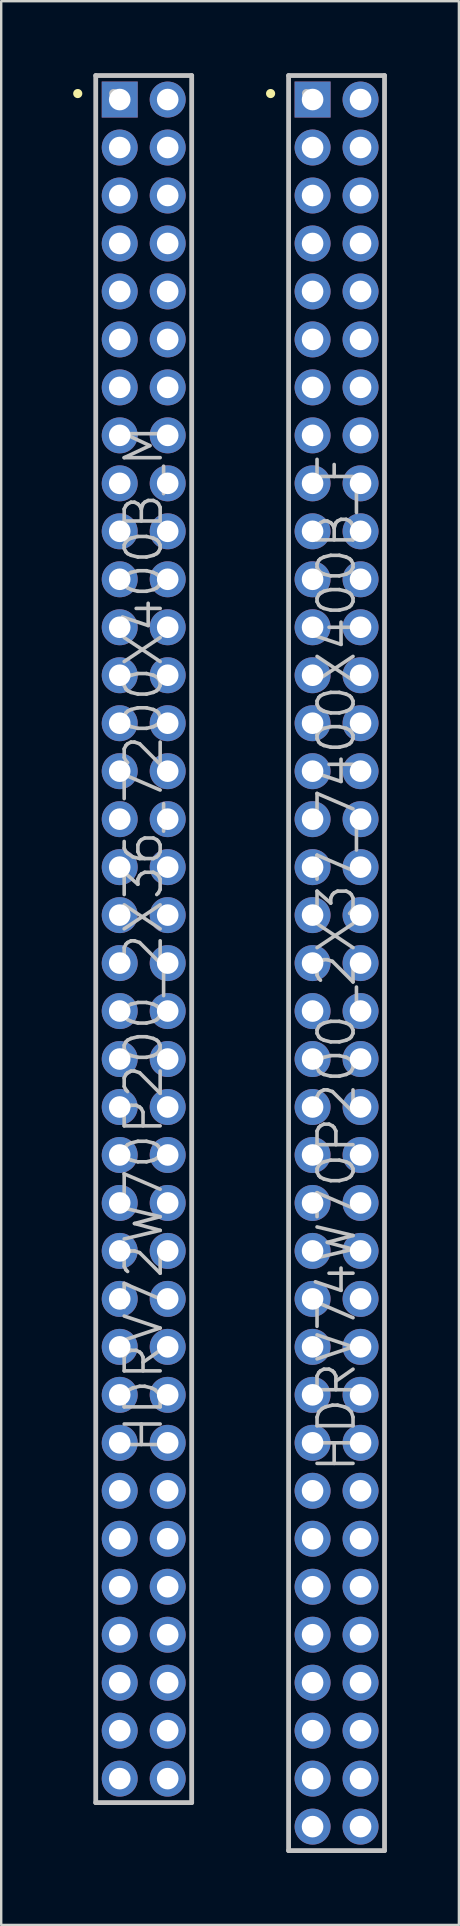
<source format=kicad_pcb>
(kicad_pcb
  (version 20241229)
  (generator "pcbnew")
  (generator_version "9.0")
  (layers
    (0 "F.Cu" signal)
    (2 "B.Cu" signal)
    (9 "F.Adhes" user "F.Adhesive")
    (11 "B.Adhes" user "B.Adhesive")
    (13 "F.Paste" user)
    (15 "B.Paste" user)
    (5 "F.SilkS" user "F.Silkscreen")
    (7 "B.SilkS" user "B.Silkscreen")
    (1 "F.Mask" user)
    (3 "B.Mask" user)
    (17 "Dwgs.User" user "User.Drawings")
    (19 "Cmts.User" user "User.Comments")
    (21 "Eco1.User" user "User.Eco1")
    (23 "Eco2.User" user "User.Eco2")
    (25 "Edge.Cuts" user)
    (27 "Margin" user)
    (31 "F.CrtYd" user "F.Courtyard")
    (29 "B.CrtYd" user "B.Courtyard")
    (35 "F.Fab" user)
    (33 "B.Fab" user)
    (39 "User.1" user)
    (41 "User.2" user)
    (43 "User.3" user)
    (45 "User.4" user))
  (footprint "HDRV72W70P200_2X36_7200X400B_M"
    (layer "F.Cu")
    (at 2.941 36.1)
    (property "Reference" "HDRV72W70P200_2X36_7200X400B_M" (at 0 0 90) (layer "Dwgs.User") (effects (font (size 1.5 1.5) (thickness 0.15))))
    (attr through_hole)
    (fp_line (start -2.75 -35.25) (end -2.75 -35.25) (stroke (width 0.381) (type solid)) (layer "F.SilkS"))
    (fp_line (start -2 -36) (end -2 36) (stroke (width 0.2) (type solid)) (layer "Dwgs.User"))
    (fp_line (start -2 -36) (end 2 -36) (stroke (width 0.2) (type solid)) (layer "Dwgs.User"))
    (fp_line (start -2 36) (end 2 36) (stroke (width 0.2) (type solid)) (layer "Dwgs.User"))
    (fp_line (start -1.25 -35.25) (end -1.25 -35.25) (stroke (width 0.381) (type solid)) (layer "Dwgs.User"))
    (fp_line (start 2 -36) (end 2 36) (stroke (width 0.2) (type solid)) (layer "Dwgs.User"))
    (pad "1" thru_hole rect (at -1 -35) (size 1.5 1.5) (drill 0.9) (layers "*.Cu" "*.Mask"))
    (pad "2" thru_hole circle (at 1 -35 270) (size 1.5 1.5) (drill 0.9) (layers "*.Cu" "*.Mask"))
    (pad "3" thru_hole circle (at -1 -33 270) (size 1.5 1.5) (drill 0.9) (layers "*.Cu" "*.Mask"))
    (pad "4" thru_hole circle (at 1 -33 270) (size 1.5 1.5) (drill 0.9) (layers "*.Cu" "*.Mask"))
    (pad "5" thru_hole circle (at -1 -31 270) (size 1.5 1.5) (drill 0.9) (layers "*.Cu" "*.Mask"))
    (pad "6" thru_hole circle (at 1 -31 270) (size 1.5 1.5) (drill 0.9) (layers "*.Cu" "*.Mask"))
    (pad "7" thru_hole circle (at -1 -29 270) (size 1.5 1.5) (drill 0.9) (layers "*.Cu" "*.Mask"))
    (pad "8" thru_hole circle (at 1 -29 270) (size 1.5 1.5) (drill 0.9) (layers "*.Cu" "*.Mask"))
    (pad "9" thru_hole circle (at -1 -27 270) (size 1.5 1.5) (drill 0.9) (layers "*.Cu" "*.Mask"))
    (pad "10" thru_hole circle (at 1 -27 270) (size 1.5 1.5) (drill 0.9) (layers "*.Cu" "*.Mask"))
    (pad "11" thru_hole circle (at -1 -25 270) (size 1.5 1.5) (drill 0.9) (layers "*.Cu" "*.Mask"))
    (pad "12" thru_hole circle (at 1 -25 270) (size 1.5 1.5) (drill 0.9) (layers "*.Cu" "*.Mask"))
    (pad "13" thru_hole circle (at -1 -23 270) (size 1.5 1.5) (drill 0.9) (layers "*.Cu" "*.Mask"))
    (pad "14" thru_hole circle (at 1 -23 270) (size 1.5 1.5) (drill 0.9) (layers "*.Cu" "*.Mask"))
    (pad "15" thru_hole circle (at -1 -21 270) (size 1.5 1.5) (drill 0.9) (layers "*.Cu" "*.Mask"))
    (pad "16" thru_hole circle (at 1 -21 270) (size 1.5 1.5) (drill 0.9) (layers "*.Cu" "*.Mask"))
    (pad "17" thru_hole circle (at -1 -19 270) (size 1.5 1.5) (drill 0.9) (layers "*.Cu" "*.Mask"))
    (pad "18" thru_hole circle (at 1 -19 270) (size 1.5 1.5) (drill 0.9) (layers "*.Cu" "*.Mask"))
    (pad "19" thru_hole circle (at -1 -17 270) (size 1.5 1.5) (drill 0.9) (layers "*.Cu" "*.Mask"))
    (pad "20" thru_hole circle (at 1 -17 270) (size 1.5 1.5) (drill 0.9) (layers "*.Cu" "*.Mask"))
    (pad "21" thru_hole circle (at -1 -15 270) (size 1.5 1.5) (drill 0.9) (layers "*.Cu" "*.Mask"))
    (pad "22" thru_hole circle (at 1 -15 270) (size 1.5 1.5) (drill 0.9) (layers "*.Cu" "*.Mask"))
    (pad "23" thru_hole circle (at -1 -13 270) (size 1.5 1.5) (drill 0.9) (layers "*.Cu" "*.Mask"))
    (pad "24" thru_hole circle (at 1 -13 270) (size 1.5 1.5) (drill 0.9) (layers "*.Cu" "*.Mask"))
    (pad "25" thru_hole circle (at -1 -11 270) (size 1.5 1.5) (drill 0.9) (layers "*.Cu" "*.Mask"))
    (pad "26" thru_hole circle (at 1 -11 270) (size 1.5 1.5) (drill 0.9) (layers "*.Cu" "*.Mask"))
    (pad "27" thru_hole circle (at -1 -9 270) (size 1.5 1.5) (drill 0.9) (layers "*.Cu" "*.Mask"))
    (pad "28" thru_hole circle (at 1 -9 270) (size 1.5 1.5) (drill 0.9) (layers "*.Cu" "*.Mask"))
    (pad "29" thru_hole circle (at -1 -7 270) (size 1.5 1.5) (drill 0.9) (layers "*.Cu" "*.Mask"))
    (pad "30" thru_hole circle (at 1 -7 270) (size 1.5 1.5) (drill 0.9) (layers "*.Cu" "*.Mask"))
    (pad "31" thru_hole circle (at -1 -5 270) (size 1.5 1.5) (drill 0.9) (layers "*.Cu" "*.Mask"))
    (pad "32" thru_hole circle (at 1 -5 270) (size 1.5 1.5) (drill 0.9) (layers "*.Cu" "*.Mask"))
    (pad "33" thru_hole circle (at -1 -3 270) (size 1.5 1.5) (drill 0.9) (layers "*.Cu" "*.Mask"))
    (pad "34" thru_hole circle (at 1 -3 270) (size 1.5 1.5) (drill 0.9) (layers "*.Cu" "*.Mask"))
    (pad "35" thru_hole circle (at -1 -1 270) (size 1.5 1.5) (drill 0.9) (layers "*.Cu" "*.Mask"))
    (pad "36" thru_hole circle (at 1 -1 270) (size 1.5 1.5) (drill 0.9) (layers "*.Cu" "*.Mask"))
    (pad "37" thru_hole circle (at -1 1 270) (size 1.5 1.5) (drill 0.9) (layers "*.Cu" "*.Mask"))
    (pad "38" thru_hole circle (at 1 1 270) (size 1.5 1.5) (drill 0.9) (layers "*.Cu" "*.Mask"))
    (pad "39" thru_hole circle (at -1 3 270) (size 1.5 1.5) (drill 0.9) (layers "*.Cu" "*.Mask"))
    (pad "40" thru_hole circle (at 1 3 270) (size 1.5 1.5) (drill 0.9) (layers "*.Cu" "*.Mask"))
    (pad "41" thru_hole circle (at -1 5 270) (size 1.5 1.5) (drill 0.9) (layers "*.Cu" "*.Mask"))
    (pad "42" thru_hole circle (at 1 5 270) (size 1.5 1.5) (drill 0.9) (layers "*.Cu" "*.Mask"))
    (pad "43" thru_hole circle (at -1 7 270) (size 1.5 1.5) (drill 0.9) (layers "*.Cu" "*.Mask"))
    (pad "44" thru_hole circle (at 1 7 270) (size 1.5 1.5) (drill 0.9) (layers "*.Cu" "*.Mask"))
    (pad "45" thru_hole circle (at -1 9 270) (size 1.5 1.5) (drill 0.9) (layers "*.Cu" "*.Mask"))
    (pad "46" thru_hole circle (at 1 9 270) (size 1.5 1.5) (drill 0.9) (layers "*.Cu" "*.Mask"))
    (pad "47" thru_hole circle (at -1 11 270) (size 1.5 1.5) (drill 0.9) (layers "*.Cu" "*.Mask"))
    (pad "48" thru_hole circle (at 1 11 270) (size 1.5 1.5) (drill 0.9) (layers "*.Cu" "*.Mask"))
    (pad "49" thru_hole circle (at -1 13 270) (size 1.5 1.5) (drill 0.9) (layers "*.Cu" "*.Mask"))
    (pad "50" thru_hole circle (at 1 13 270) (size 1.5 1.5) (drill 0.9) (layers "*.Cu" "*.Mask"))
    (pad "51" thru_hole circle (at -1 15 270) (size 1.5 1.5) (drill 0.9) (layers "*.Cu" "*.Mask"))
    (pad "52" thru_hole circle (at 1 15 270) (size 1.5 1.5) (drill 0.9) (layers "*.Cu" "*.Mask"))
    (pad "53" thru_hole circle (at -1 17 270) (size 1.5 1.5) (drill 0.9) (layers "*.Cu" "*.Mask"))
    (pad "54" thru_hole circle (at 1 17 270) (size 1.5 1.5) (drill 0.9) (layers "*.Cu" "*.Mask"))
    (pad "55" thru_hole circle (at -1 19 270) (size 1.5 1.5) (drill 0.9) (layers "*.Cu" "*.Mask"))
    (pad "56" thru_hole circle (at 1 19 270) (size 1.5 1.5) (drill 0.9) (layers "*.Cu" "*.Mask"))
    (pad "57" thru_hole circle (at -1 21 270) (size 1.5 1.5) (drill 0.9) (layers "*.Cu" "*.Mask"))
    (pad "58" thru_hole circle (at 1 21 270) (size 1.5 1.5) (drill 0.9) (layers "*.Cu" "*.Mask"))
    (pad "59" thru_hole circle (at -1 23 270) (size 1.5 1.5) (drill 0.9) (layers "*.Cu" "*.Mask"))
    (pad "60" thru_hole circle (at 1 23 270) (size 1.5 1.5) (drill 0.9) (layers "*.Cu" "*.Mask"))
    (pad "61" thru_hole circle (at -1 25 270) (size 1.5 1.5) (drill 0.9) (layers "*.Cu" "*.Mask"))
    (pad "62" thru_hole circle (at 1 25 270) (size 1.5 1.5) (drill 0.9) (layers "*.Cu" "*.Mask"))
    (pad "63" thru_hole circle (at -1 27 270) (size 1.5 1.5) (drill 0.9) (layers "*.Cu" "*.Mask"))
    (pad "64" thru_hole circle (at 1 27 270) (size 1.5 1.5) (drill 0.9) (layers "*.Cu" "*.Mask"))
    (pad "65" thru_hole circle (at -1 29 270) (size 1.5 1.5) (drill 0.9) (layers "*.Cu" "*.Mask"))
    (pad "66" thru_hole circle (at 1 29 270) (size 1.5 1.5) (drill 0.9) (layers "*.Cu" "*.Mask"))
    (pad "67" thru_hole circle (at -1 31 270) (size 1.5 1.5) (drill 0.9) (layers "*.Cu" "*.Mask"))
    (pad "68" thru_hole circle (at 1 31 270) (size 1.5 1.5) (drill 0.9) (layers "*.Cu" "*.Mask"))
    (pad "69" thru_hole circle (at -1 33 270) (size 1.5 1.5) (drill 0.9) (layers "*.Cu" "*.Mask"))
    (pad "70" thru_hole circle (at 1 33 270) (size 1.5 1.5) (drill 0.9) (layers "*.Cu" "*.Mask"))
    (pad "71" thru_hole circle (at -1 35 270) (size 1.5 1.5) (drill 0.9) (layers "*.Cu" "*.Mask"))
    (pad "72" thru_hole circle (at 1 35 270) (size 1.5 1.5) (drill 0.9) (layers "*.Cu" "*.Mask")))
  (footprint "HDRV74W70P200_2X37_7400X400B_F"
    (layer "F.Cu")
    (at 10.981 37.1)
    (property "Reference" "HDRV74W70P200_2X37_7400X400B_F" (at 0 0 90) (layer "Dwgs.User") (effects (font (size 1.5 1.5) (thickness 0.15))))
    (attr through_hole)
    (fp_line (start -2.75 -36.25) (end -2.75 -36.25) (stroke (width 0.381) (type solid)) (layer "F.SilkS"))
    (fp_line (start -2 -37) (end -2 37) (stroke (width 0.2) (type solid)) (layer "Dwgs.User"))
    (fp_line (start -2 -37) (end 2 -37) (stroke (width 0.2) (type solid)) (layer "Dwgs.User"))
    (fp_line (start -2 37) (end 2 37) (stroke (width 0.2) (type solid)) (layer "Dwgs.User"))
    (fp_line (start -1.25 -36.25) (end -1.25 -36.25) (stroke (width 0.381) (type solid)) (layer "Dwgs.User"))
    (fp_line (start 2 -37) (end 2 37) (stroke (width 0.2) (type solid)) (layer "Dwgs.User"))
    (pad "1" thru_hole rect (at -1 -36) (size 1.5 1.5) (drill 0.9) (layers "*.Cu" "*.Mask"))
    (pad "2" thru_hole circle (at 1 -36 270) (size 1.5 1.5) (drill 0.9) (layers "*.Cu" "*.Mask"))
    (pad "3" thru_hole circle (at -1 -34 270) (size 1.5 1.5) (drill 0.9) (layers "*.Cu" "*.Mask"))
    (pad "4" thru_hole circle (at 1 -34 270) (size 1.5 1.5) (drill 0.9) (layers "*.Cu" "*.Mask"))
    (pad "5" thru_hole circle (at -1 -32 270) (size 1.5 1.5) (drill 0.9) (layers "*.Cu" "*.Mask"))
    (pad "6" thru_hole circle (at 1 -32 270) (size 1.5 1.5) (drill 0.9) (layers "*.Cu" "*.Mask"))
    (pad "7" thru_hole circle (at -1 -30 270) (size 1.5 1.5) (drill 0.9) (layers "*.Cu" "*.Mask"))
    (pad "8" thru_hole circle (at 1 -30 270) (size 1.5 1.5) (drill 0.9) (layers "*.Cu" "*.Mask"))
    (pad "9" thru_hole circle (at -1 -28 270) (size 1.5 1.5) (drill 0.9) (layers "*.Cu" "*.Mask"))
    (pad "10" thru_hole circle (at 1 -28 270) (size 1.5 1.5) (drill 0.9) (layers "*.Cu" "*.Mask"))
    (pad "11" thru_hole circle (at -1 -26 270) (size 1.5 1.5) (drill 0.9) (layers "*.Cu" "*.Mask"))
    (pad "12" thru_hole circle (at 1 -26 270) (size 1.5 1.5) (drill 0.9) (layers "*.Cu" "*.Mask"))
    (pad "13" thru_hole circle (at -1 -24 270) (size 1.5 1.5) (drill 0.9) (layers "*.Cu" "*.Mask"))
    (pad "14" thru_hole circle (at 1 -24 270) (size 1.5 1.5) (drill 0.9) (layers "*.Cu" "*.Mask"))
    (pad "15" thru_hole circle (at -1 -22 270) (size 1.5 1.5) (drill 0.9) (layers "*.Cu" "*.Mask"))
    (pad "16" thru_hole circle (at 1 -22 270) (size 1.5 1.5) (drill 0.9) (layers "*.Cu" "*.Mask"))
    (pad "17" thru_hole circle (at -1 -20 270) (size 1.5 1.5) (drill 0.9) (layers "*.Cu" "*.Mask"))
    (pad "18" thru_hole circle (at 1 -20 270) (size 1.5 1.5) (drill 0.9) (layers "*.Cu" "*.Mask"))
    (pad "19" thru_hole circle (at -1 -18 270) (size 1.5 1.5) (drill 0.9) (layers "*.Cu" "*.Mask"))
    (pad "20" thru_hole circle (at 1 -18 270) (size 1.5 1.5) (drill 0.9) (layers "*.Cu" "*.Mask"))
    (pad "21" thru_hole circle (at -1 -16 270) (size 1.5 1.5) (drill 0.9) (layers "*.Cu" "*.Mask"))
    (pad "22" thru_hole circle (at 1 -16 270) (size 1.5 1.5) (drill 0.9) (layers "*.Cu" "*.Mask"))
    (pad "23" thru_hole circle (at -1 -14 270) (size 1.5 1.5) (drill 0.9) (layers "*.Cu" "*.Mask"))
    (pad "24" thru_hole circle (at 1 -14 270) (size 1.5 1.5) (drill 0.9) (layers "*.Cu" "*.Mask"))
    (pad "25" thru_hole circle (at -1 -12 270) (size 1.5 1.5) (drill 0.9) (layers "*.Cu" "*.Mask"))
    (pad "26" thru_hole circle (at 1 -12 270) (size 1.5 1.5) (drill 0.9) (layers "*.Cu" "*.Mask"))
    (pad "27" thru_hole circle (at -1 -10 270) (size 1.5 1.5) (drill 0.9) (layers "*.Cu" "*.Mask"))
    (pad "28" thru_hole circle (at 1 -10 270) (size 1.5 1.5) (drill 0.9) (layers "*.Cu" "*.Mask"))
    (pad "29" thru_hole circle (at -1 -8 270) (size 1.5 1.5) (drill 0.9) (layers "*.Cu" "*.Mask"))
    (pad "30" thru_hole circle (at 1 -8 270) (size 1.5 1.5) (drill 0.9) (layers "*.Cu" "*.Mask"))
    (pad "31" thru_hole circle (at -1 -6 270) (size 1.5 1.5) (drill 0.9) (layers "*.Cu" "*.Mask"))
    (pad "32" thru_hole circle (at 1 -6 270) (size 1.5 1.5) (drill 0.9) (layers "*.Cu" "*.Mask"))
    (pad "33" thru_hole circle (at -1 -4 270) (size 1.5 1.5) (drill 0.9) (layers "*.Cu" "*.Mask"))
    (pad "34" thru_hole circle (at 1 -4 270) (size 1.5 1.5) (drill 0.9) (layers "*.Cu" "*.Mask"))
    (pad "35" thru_hole circle (at -1 -2 270) (size 1.5 1.5) (drill 0.9) (layers "*.Cu" "*.Mask"))
    (pad "36" thru_hole circle (at 1 -2 270) (size 1.5 1.5) (drill 0.9) (layers "*.Cu" "*.Mask"))
    (pad "37" thru_hole circle (at -1 0 270) (size 1.5 1.5) (drill 0.9) (layers "*.Cu" "*.Mask"))
    (pad "38" thru_hole circle (at 1 0 270) (size 1.5 1.5) (drill 0.9) (layers "*.Cu" "*.Mask"))
    (pad "39" thru_hole circle (at -1 2 270) (size 1.5 1.5) (drill 0.9) (layers "*.Cu" "*.Mask"))
    (pad "40" thru_hole circle (at 1 2 270) (size 1.5 1.5) (drill 0.9) (layers "*.Cu" "*.Mask"))
    (pad "41" thru_hole circle (at -1 4 270) (size 1.5 1.5) (drill 0.9) (layers "*.Cu" "*.Mask"))
    (pad "42" thru_hole circle (at 1 4 270) (size 1.5 1.5) (drill 0.9) (layers "*.Cu" "*.Mask"))
    (pad "43" thru_hole circle (at -1 6 270) (size 1.5 1.5) (drill 0.9) (layers "*.Cu" "*.Mask"))
    (pad "44" thru_hole circle (at 1 6 270) (size 1.5 1.5) (drill 0.9) (layers "*.Cu" "*.Mask"))
    (pad "45" thru_hole circle (at -1 8 270) (size 1.5 1.5) (drill 0.9) (layers "*.Cu" "*.Mask"))
    (pad "46" thru_hole circle (at 1 8 270) (size 1.5 1.5) (drill 0.9) (layers "*.Cu" "*.Mask"))
    (pad "47" thru_hole circle (at -1 10 270) (size 1.5 1.5) (drill 0.9) (layers "*.Cu" "*.Mask"))
    (pad "48" thru_hole circle (at 1 10 270) (size 1.5 1.5) (drill 0.9) (layers "*.Cu" "*.Mask"))
    (pad "49" thru_hole circle (at -1 12 270) (size 1.5 1.5) (drill 0.9) (layers "*.Cu" "*.Mask"))
    (pad "50" thru_hole circle (at 1 12 270) (size 1.5 1.5) (drill 0.9) (layers "*.Cu" "*.Mask"))
    (pad "51" thru_hole circle (at -1 14 270) (size 1.5 1.5) (drill 0.9) (layers "*.Cu" "*.Mask"))
    (pad "52" thru_hole circle (at 1 14 270) (size 1.5 1.5) (drill 0.9) (layers "*.Cu" "*.Mask"))
    (pad "53" thru_hole circle (at -1 16 270) (size 1.5 1.5) (drill 0.9) (layers "*.Cu" "*.Mask"))
    (pad "54" thru_hole circle (at 1 16 270) (size 1.5 1.5) (drill 0.9) (layers "*.Cu" "*.Mask"))
    (pad "55" thru_hole circle (at -1 18 270) (size 1.5 1.5) (drill 0.9) (layers "*.Cu" "*.Mask"))
    (pad "56" thru_hole circle (at 1 18 270) (size 1.5 1.5) (drill 0.9) (layers "*.Cu" "*.Mask"))
    (pad "57" thru_hole circle (at -1 20 270) (size 1.5 1.5) (drill 0.9) (layers "*.Cu" "*.Mask"))
    (pad "58" thru_hole circle (at 1 20 270) (size 1.5 1.5) (drill 0.9) (layers "*.Cu" "*.Mask"))
    (pad "59" thru_hole circle (at -1 22 270) (size 1.5 1.5) (drill 0.9) (layers "*.Cu" "*.Mask"))
    (pad "60" thru_hole circle (at 1 22 270) (size 1.5 1.5) (drill 0.9) (layers "*.Cu" "*.Mask"))
    (pad "61" thru_hole circle (at -1 24 270) (size 1.5 1.5) (drill 0.9) (layers "*.Cu" "*.Mask"))
    (pad "62" thru_hole circle (at 1 24 270) (size 1.5 1.5) (drill 0.9) (layers "*.Cu" "*.Mask"))
    (pad "63" thru_hole circle (at -1 26 270) (size 1.5 1.5) (drill 0.9) (layers "*.Cu" "*.Mask"))
    (pad "64" thru_hole circle (at 1 26 270) (size 1.5 1.5) (drill 0.9) (layers "*.Cu" "*.Mask"))
    (pad "65" thru_hole circle (at -1 28 270) (size 1.5 1.5) (drill 0.9) (layers "*.Cu" "*.Mask"))
    (pad "66" thru_hole circle (at 1 28 270) (size 1.5 1.5) (drill 0.9) (layers "*.Cu" "*.Mask"))
    (pad "67" thru_hole circle (at -1 30 270) (size 1.5 1.5) (drill 0.9) (layers "*.Cu" "*.Mask"))
    (pad "68" thru_hole circle (at 1 30 270) (size 1.5 1.5) (drill 0.9) (layers "*.Cu" "*.Mask"))
    (pad "69" thru_hole circle (at -1 32 270) (size 1.5 1.5) (drill 0.9) (layers "*.Cu" "*.Mask"))
    (pad "70" thru_hole circle (at 1 32 270) (size 1.5 1.5) (drill 0.9) (layers "*.Cu" "*.Mask"))
    (pad "71" thru_hole circle (at -1 34 270) (size 1.5 1.5) (drill 0.9) (layers "*.Cu" "*.Mask"))
    (pad "72" thru_hole circle (at 1 34 270) (size 1.5 1.5) (drill 0.9) (layers "*.Cu" "*.Mask"))
    (pad "73" thru_hole circle (at -1 36 270) (size 1.5 1.5) (drill 0.9) (layers "*.Cu" "*.Mask"))
    (pad "74" thru_hole circle (at 1 36 270) (size 1.5 1.5) (drill 0.9) (layers "*.Cu" "*.Mask")))
  (gr_rect
    (start -3 -3)
    (end 16.081 77.2)
    (stroke (width 0.1) (type default))
    (fill no)
    (layer "Edge.Cuts")))
</source>
